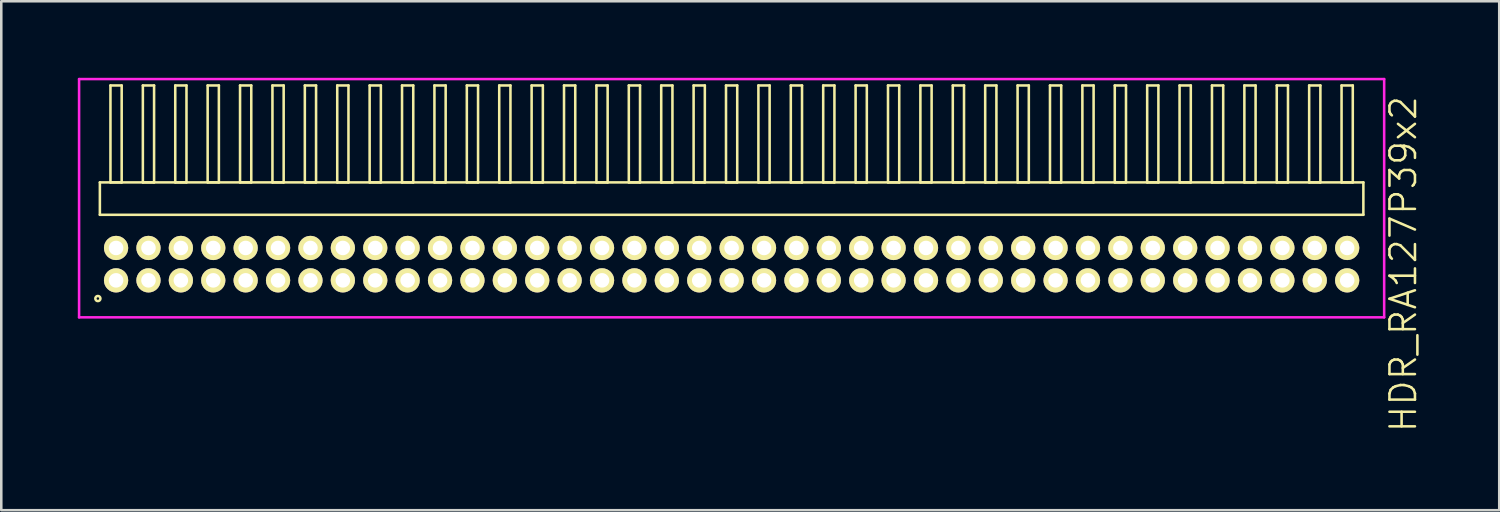
<source format=kicad_pcb>
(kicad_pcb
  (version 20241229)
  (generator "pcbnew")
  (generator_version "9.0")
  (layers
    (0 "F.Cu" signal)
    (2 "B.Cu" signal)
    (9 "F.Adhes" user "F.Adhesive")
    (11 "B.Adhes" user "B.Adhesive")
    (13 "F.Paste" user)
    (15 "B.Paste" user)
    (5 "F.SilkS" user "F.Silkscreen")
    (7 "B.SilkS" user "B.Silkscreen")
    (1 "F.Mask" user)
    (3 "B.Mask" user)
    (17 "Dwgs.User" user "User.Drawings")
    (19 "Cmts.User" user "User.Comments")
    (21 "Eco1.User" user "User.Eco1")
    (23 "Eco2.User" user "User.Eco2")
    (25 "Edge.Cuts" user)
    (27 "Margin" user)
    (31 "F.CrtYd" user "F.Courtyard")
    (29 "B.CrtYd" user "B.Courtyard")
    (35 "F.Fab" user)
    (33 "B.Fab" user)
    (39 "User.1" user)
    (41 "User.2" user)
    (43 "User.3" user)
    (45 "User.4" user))
  (footprint "HDR_RA127P39x2"
    (layer "F.Cu")
    (at 25.63 7.305)
    (property "Reference" "HDR_RA127P39x2" (at 26.33 0 90) (layer "F.SilkS") (effects (font (size 1 1) (thickness 0.1))))
    (attr through_hole)
    (fp_line (start -24.765 -3.205) (end -24.765 -1.935) (stroke (width 0.1) (type solid)) (layer "F.SilkS"))
    (fp_line (start -24.765 -1.935) (end 24.765 -1.935) (stroke (width 0.1) (type solid)) (layer "F.SilkS"))
    (fp_line (start -24.35 -7.005) (end -24.35 -3.205) (stroke (width 0.1) (type solid)) (layer "F.SilkS"))
    (fp_line (start -24.35 -3.205) (end -23.91 -3.205) (stroke (width 0.1) (type solid)) (layer "F.SilkS"))
    (fp_line (start -23.91 -7.005) (end -24.35 -7.005) (stroke (width 0.1) (type solid)) (layer "F.SilkS"))
    (fp_line (start -23.91 -3.205) (end -23.91 -7.005) (stroke (width 0.1) (type solid)) (layer "F.SilkS"))
    (fp_line (start -23.08 -7.005) (end -23.08 -3.205) (stroke (width 0.1) (type solid)) (layer "F.SilkS"))
    (fp_line (start -23.08 -3.205) (end -22.64 -3.205) (stroke (width 0.1) (type solid)) (layer "F.SilkS"))
    (fp_line (start -22.64 -7.005) (end -23.08 -7.005) (stroke (width 0.1) (type solid)) (layer "F.SilkS"))
    (fp_line (start -22.64 -3.205) (end -22.64 -7.005) (stroke (width 0.1) (type solid)) (layer "F.SilkS"))
    (fp_line (start -21.81 -7.005) (end -21.81 -3.205) (stroke (width 0.1) (type solid)) (layer "F.SilkS"))
    (fp_line (start -21.81 -3.205) (end -21.37 -3.205) (stroke (width 0.1) (type solid)) (layer "F.SilkS"))
    (fp_line (start -21.37 -7.005) (end -21.81 -7.005) (stroke (width 0.1) (type solid)) (layer "F.SilkS"))
    (fp_line (start -21.37 -3.205) (end -21.37 -7.005) (stroke (width 0.1) (type solid)) (layer "F.SilkS"))
    (fp_line (start -20.54 -7.005) (end -20.54 -3.205) (stroke (width 0.1) (type solid)) (layer "F.SilkS"))
    (fp_line (start -20.54 -3.205) (end -20.1 -3.205) (stroke (width 0.1) (type solid)) (layer "F.SilkS"))
    (fp_line (start -20.1 -7.005) (end -20.54 -7.005) (stroke (width 0.1) (type solid)) (layer "F.SilkS"))
    (fp_line (start -20.1 -3.205) (end -20.1 -7.005) (stroke (width 0.1) (type solid)) (layer "F.SilkS"))
    (fp_line (start -19.27 -7.005) (end -19.27 -3.205) (stroke (width 0.1) (type solid)) (layer "F.SilkS"))
    (fp_line (start -19.27 -3.205) (end -18.83 -3.205) (stroke (width 0.1) (type solid)) (layer "F.SilkS"))
    (fp_line (start -18.83 -7.005) (end -19.27 -7.005) (stroke (width 0.1) (type solid)) (layer "F.SilkS"))
    (fp_line (start -18.83 -3.205) (end -18.83 -7.005) (stroke (width 0.1) (type solid)) (layer "F.SilkS"))
    (fp_line (start -18 -7.005) (end -18 -3.205) (stroke (width 0.1) (type solid)) (layer "F.SilkS"))
    (fp_line (start -18 -3.205) (end -17.56 -3.205) (stroke (width 0.1) (type solid)) (layer "F.SilkS"))
    (fp_line (start -17.56 -7.005) (end -18 -7.005) (stroke (width 0.1) (type solid)) (layer "F.SilkS"))
    (fp_line (start -17.56 -3.205) (end -17.56 -7.005) (stroke (width 0.1) (type solid)) (layer "F.SilkS"))
    (fp_line (start -16.73 -7.005) (end -16.73 -3.205) (stroke (width 0.1) (type solid)) (layer "F.SilkS"))
    (fp_line (start -16.73 -3.205) (end -16.29 -3.205) (stroke (width 0.1) (type solid)) (layer "F.SilkS"))
    (fp_line (start -16.29 -7.005) (end -16.73 -7.005) (stroke (width 0.1) (type solid)) (layer "F.SilkS"))
    (fp_line (start -16.29 -3.205) (end -16.29 -7.005) (stroke (width 0.1) (type solid)) (layer "F.SilkS"))
    (fp_line (start -15.46 -7.005) (end -15.46 -3.205) (stroke (width 0.1) (type solid)) (layer "F.SilkS"))
    (fp_line (start -15.46 -3.205) (end -15.02 -3.205) (stroke (width 0.1) (type solid)) (layer "F.SilkS"))
    (fp_line (start -15.02 -7.005) (end -15.46 -7.005) (stroke (width 0.1) (type solid)) (layer "F.SilkS"))
    (fp_line (start -15.02 -3.205) (end -15.02 -7.005) (stroke (width 0.1) (type solid)) (layer "F.SilkS"))
    (fp_line (start -14.19 -7.005) (end -14.19 -3.205) (stroke (width 0.1) (type solid)) (layer "F.SilkS"))
    (fp_line (start -14.19 -3.205) (end -13.75 -3.205) (stroke (width 0.1) (type solid)) (layer "F.SilkS"))
    (fp_line (start -13.75 -7.005) (end -14.19 -7.005) (stroke (width 0.1) (type solid)) (layer "F.SilkS"))
    (fp_line (start -13.75 -3.205) (end -13.75 -7.005) (stroke (width 0.1) (type solid)) (layer "F.SilkS"))
    (fp_line (start -12.92 -7.005) (end -12.92 -3.205) (stroke (width 0.1) (type solid)) (layer "F.SilkS"))
    (fp_line (start -12.92 -3.205) (end -12.48 -3.205) (stroke (width 0.1) (type solid)) (layer "F.SilkS"))
    (fp_line (start -12.48 -7.005) (end -12.92 -7.005) (stroke (width 0.1) (type solid)) (layer "F.SilkS"))
    (fp_line (start -12.48 -3.205) (end -12.48 -7.005) (stroke (width 0.1) (type solid)) (layer "F.SilkS"))
    (fp_line (start -11.65 -7.005) (end -11.65 -3.205) (stroke (width 0.1) (type solid)) (layer "F.SilkS"))
    (fp_line (start -11.65 -3.205) (end -11.21 -3.205) (stroke (width 0.1) (type solid)) (layer "F.SilkS"))
    (fp_line (start -11.21 -7.005) (end -11.65 -7.005) (stroke (width 0.1) (type solid)) (layer "F.SilkS"))
    (fp_line (start -11.21 -3.205) (end -11.21 -7.005) (stroke (width 0.1) (type solid)) (layer "F.SilkS"))
    (fp_line (start -10.38 -7.005) (end -10.38 -3.205) (stroke (width 0.1) (type solid)) (layer "F.SilkS"))
    (fp_line (start -10.38 -3.205) (end -9.94 -3.205) (stroke (width 0.1) (type solid)) (layer "F.SilkS"))
    (fp_line (start -9.94 -7.005) (end -10.38 -7.005) (stroke (width 0.1) (type solid)) (layer "F.SilkS"))
    (fp_line (start -9.94 -3.205) (end -9.94 -7.005) (stroke (width 0.1) (type solid)) (layer "F.SilkS"))
    (fp_line (start -9.11 -7.005) (end -9.11 -3.205) (stroke (width 0.1) (type solid)) (layer "F.SilkS"))
    (fp_line (start -9.11 -3.205) (end -8.67 -3.205) (stroke (width 0.1) (type solid)) (layer "F.SilkS"))
    (fp_line (start -8.67 -7.005) (end -9.11 -7.005) (stroke (width 0.1) (type solid)) (layer "F.SilkS"))
    (fp_line (start -8.67 -3.205) (end -8.67 -7.005) (stroke (width 0.1) (type solid)) (layer "F.SilkS"))
    (fp_line (start -7.84 -7.005) (end -7.84 -3.205) (stroke (width 0.1) (type solid)) (layer "F.SilkS"))
    (fp_line (start -7.84 -3.205) (end -7.4 -3.205) (stroke (width 0.1) (type solid)) (layer "F.SilkS"))
    (fp_line (start -7.4 -7.005) (end -7.84 -7.005) (stroke (width 0.1) (type solid)) (layer "F.SilkS"))
    (fp_line (start -7.4 -3.205) (end -7.4 -7.005) (stroke (width 0.1) (type solid)) (layer "F.SilkS"))
    (fp_line (start -6.57 -7.005) (end -6.57 -3.205) (stroke (width 0.1) (type solid)) (layer "F.SilkS"))
    (fp_line (start -6.57 -3.205) (end -6.13 -3.205) (stroke (width 0.1) (type solid)) (layer "F.SilkS"))
    (fp_line (start -6.13 -7.005) (end -6.57 -7.005) (stroke (width 0.1) (type solid)) (layer "F.SilkS"))
    (fp_line (start -6.13 -3.205) (end -6.13 -7.005) (stroke (width 0.1) (type solid)) (layer "F.SilkS"))
    (fp_line (start -5.3 -7.005) (end -5.3 -3.205) (stroke (width 0.1) (type solid)) (layer "F.SilkS"))
    (fp_line (start -5.3 -3.205) (end -4.86 -3.205) (stroke (width 0.1) (type solid)) (layer "F.SilkS"))
    (fp_line (start -4.86 -7.005) (end -5.3 -7.005) (stroke (width 0.1) (type solid)) (layer "F.SilkS"))
    (fp_line (start -4.86 -3.205) (end -4.86 -7.005) (stroke (width 0.1) (type solid)) (layer "F.SilkS"))
    (fp_line (start -4.03 -7.005) (end -4.03 -3.205) (stroke (width 0.1) (type solid)) (layer "F.SilkS"))
    (fp_line (start -4.03 -3.205) (end -3.59 -3.205) (stroke (width 0.1) (type solid)) (layer "F.SilkS"))
    (fp_line (start -3.59 -7.005) (end -4.03 -7.005) (stroke (width 0.1) (type solid)) (layer "F.SilkS"))
    (fp_line (start -3.59 -3.205) (end -3.59 -7.005) (stroke (width 0.1) (type solid)) (layer "F.SilkS"))
    (fp_line (start -2.76 -7.005) (end -2.76 -3.205) (stroke (width 0.1) (type solid)) (layer "F.SilkS"))
    (fp_line (start -2.76 -3.205) (end -2.32 -3.205) (stroke (width 0.1) (type solid)) (layer "F.SilkS"))
    (fp_line (start -2.32 -7.005) (end -2.76 -7.005) (stroke (width 0.1) (type solid)) (layer "F.SilkS"))
    (fp_line (start -2.32 -3.205) (end -2.32 -7.005) (stroke (width 0.1) (type solid)) (layer "F.SilkS"))
    (fp_line (start -1.49 -7.005) (end -1.49 -3.205) (stroke (width 0.1) (type solid)) (layer "F.SilkS"))
    (fp_line (start -1.49 -3.205) (end -1.05 -3.205) (stroke (width 0.1) (type solid)) (layer "F.SilkS"))
    (fp_line (start -1.05 -7.005) (end -1.49 -7.005) (stroke (width 0.1) (type solid)) (layer "F.SilkS"))
    (fp_line (start -1.05 -3.205) (end -1.05 -7.005) (stroke (width 0.1) (type solid)) (layer "F.SilkS"))
    (fp_line (start -0.22 -7.005) (end -0.22 -3.205) (stroke (width 0.1) (type solid)) (layer "F.SilkS"))
    (fp_line (start -0.22 -3.205) (end 0.22 -3.205) (stroke (width 0.1) (type solid)) (layer "F.SilkS"))
    (fp_line (start 0.22 -7.005) (end -0.22 -7.005) (stroke (width 0.1) (type solid)) (layer "F.SilkS"))
    (fp_line (start 0.22 -3.205) (end 0.22 -7.005) (stroke (width 0.1) (type solid)) (layer "F.SilkS"))
    (fp_line (start 1.05 -7.005) (end 1.05 -3.205) (stroke (width 0.1) (type solid)) (layer "F.SilkS"))
    (fp_line (start 1.05 -3.205) (end 1.49 -3.205) (stroke (width 0.1) (type solid)) (layer "F.SilkS"))
    (fp_line (start 1.49 -7.005) (end 1.05 -7.005) (stroke (width 0.1) (type solid)) (layer "F.SilkS"))
    (fp_line (start 1.49 -3.205) (end 1.49 -7.005) (stroke (width 0.1) (type solid)) (layer "F.SilkS"))
    (fp_line (start 2.32 -7.005) (end 2.32 -3.205) (stroke (width 0.1) (type solid)) (layer "F.SilkS"))
    (fp_line (start 2.32 -3.205) (end 2.76 -3.205) (stroke (width 0.1) (type solid)) (layer "F.SilkS"))
    (fp_line (start 2.76 -7.005) (end 2.32 -7.005) (stroke (width 0.1) (type solid)) (layer "F.SilkS"))
    (fp_line (start 2.76 -3.205) (end 2.76 -7.005) (stroke (width 0.1) (type solid)) (layer "F.SilkS"))
    (fp_line (start 3.59 -7.005) (end 3.59 -3.205) (stroke (width 0.1) (type solid)) (layer "F.SilkS"))
    (fp_line (start 3.59 -3.205) (end 4.03 -3.205) (stroke (width 0.1) (type solid)) (layer "F.SilkS"))
    (fp_line (start 4.03 -7.005) (end 3.59 -7.005) (stroke (width 0.1) (type solid)) (layer "F.SilkS"))
    (fp_line (start 4.03 -3.205) (end 4.03 -7.005) (stroke (width 0.1) (type solid)) (layer "F.SilkS"))
    (fp_line (start 4.86 -7.005) (end 4.86 -3.205) (stroke (width 0.1) (type solid)) (layer "F.SilkS"))
    (fp_line (start 4.86 -3.205) (end 5.3 -3.205) (stroke (width 0.1) (type solid)) (layer "F.SilkS"))
    (fp_line (start 5.3 -7.005) (end 4.86 -7.005) (stroke (width 0.1) (type solid)) (layer "F.SilkS"))
    (fp_line (start 5.3 -3.205) (end 5.3 -7.005) (stroke (width 0.1) (type solid)) (layer "F.SilkS"))
    (fp_line (start 6.13 -7.005) (end 6.13 -3.205) (stroke (width 0.1) (type solid)) (layer "F.SilkS"))
    (fp_line (start 6.13 -3.205) (end 6.57 -3.205) (stroke (width 0.1) (type solid)) (layer "F.SilkS"))
    (fp_line (start 6.57 -7.005) (end 6.13 -7.005) (stroke (width 0.1) (type solid)) (layer "F.SilkS"))
    (fp_line (start 6.57 -3.205) (end 6.57 -7.005) (stroke (width 0.1) (type solid)) (layer "F.SilkS"))
    (fp_line (start 7.4 -7.005) (end 7.4 -3.205) (stroke (width 0.1) (type solid)) (layer "F.SilkS"))
    (fp_line (start 7.4 -3.205) (end 7.84 -3.205) (stroke (width 0.1) (type solid)) (layer "F.SilkS"))
    (fp_line (start 7.84 -7.005) (end 7.4 -7.005) (stroke (width 0.1) (type solid)) (layer "F.SilkS"))
    (fp_line (start 7.84 -3.205) (end 7.84 -7.005) (stroke (width 0.1) (type solid)) (layer "F.SilkS"))
    (fp_line (start 8.67 -7.005) (end 8.67 -3.205) (stroke (width 0.1) (type solid)) (layer "F.SilkS"))
    (fp_line (start 8.67 -3.205) (end 9.11 -3.205) (stroke (width 0.1) (type solid)) (layer "F.SilkS"))
    (fp_line (start 9.11 -7.005) (end 8.67 -7.005) (stroke (width 0.1) (type solid)) (layer "F.SilkS"))
    (fp_line (start 9.11 -3.205) (end 9.11 -7.005) (stroke (width 0.1) (type solid)) (layer "F.SilkS"))
    (fp_line (start 9.94 -7.005) (end 9.94 -3.205) (stroke (width 0.1) (type solid)) (layer "F.SilkS"))
    (fp_line (start 9.94 -3.205) (end 10.38 -3.205) (stroke (width 0.1) (type solid)) (layer "F.SilkS"))
    (fp_line (start 10.38 -7.005) (end 9.94 -7.005) (stroke (width 0.1) (type solid)) (layer "F.SilkS"))
    (fp_line (start 10.38 -3.205) (end 10.38 -7.005) (stroke (width 0.1) (type solid)) (layer "F.SilkS"))
    (fp_line (start 11.21 -7.005) (end 11.21 -3.205) (stroke (width 0.1) (type solid)) (layer "F.SilkS"))
    (fp_line (start 11.21 -3.205) (end 11.65 -3.205) (stroke (width 0.1) (type solid)) (layer "F.SilkS"))
    (fp_line (start 11.65 -7.005) (end 11.21 -7.005) (stroke (width 0.1) (type solid)) (layer "F.SilkS"))
    (fp_line (start 11.65 -3.205) (end 11.65 -7.005) (stroke (width 0.1) (type solid)) (layer "F.SilkS"))
    (fp_line (start 12.48 -7.005) (end 12.48 -3.205) (stroke (width 0.1) (type solid)) (layer "F.SilkS"))
    (fp_line (start 12.48 -3.205) (end 12.92 -3.205) (stroke (width 0.1) (type solid)) (layer "F.SilkS"))
    (fp_line (start 12.92 -7.005) (end 12.48 -7.005) (stroke (width 0.1) (type solid)) (layer "F.SilkS"))
    (fp_line (start 12.92 -3.205) (end 12.92 -7.005) (stroke (width 0.1) (type solid)) (layer "F.SilkS"))
    (fp_line (start 13.75 -7.005) (end 13.75 -3.205) (stroke (width 0.1) (type solid)) (layer "F.SilkS"))
    (fp_line (start 13.75 -3.205) (end 14.19 -3.205) (stroke (width 0.1) (type solid)) (layer "F.SilkS"))
    (fp_line (start 14.19 -7.005) (end 13.75 -7.005) (stroke (width 0.1) (type solid)) (layer "F.SilkS"))
    (fp_line (start 14.19 -3.205) (end 14.19 -7.005) (stroke (width 0.1) (type solid)) (layer "F.SilkS"))
    (fp_line (start 15.02 -7.005) (end 15.02 -3.205) (stroke (width 0.1) (type solid)) (layer "F.SilkS"))
    (fp_line (start 15.02 -3.205) (end 15.46 -3.205) (stroke (width 0.1) (type solid)) (layer "F.SilkS"))
    (fp_line (start 15.46 -7.005) (end 15.02 -7.005) (stroke (width 0.1) (type solid)) (layer "F.SilkS"))
    (fp_line (start 15.46 -3.205) (end 15.46 -7.005) (stroke (width 0.1) (type solid)) (layer "F.SilkS"))
    (fp_line (start 16.29 -7.005) (end 16.29 -3.205) (stroke (width 0.1) (type solid)) (layer "F.SilkS"))
    (fp_line (start 16.29 -3.205) (end 16.73 -3.205) (stroke (width 0.1) (type solid)) (layer "F.SilkS"))
    (fp_line (start 16.73 -7.005) (end 16.29 -7.005) (stroke (width 0.1) (type solid)) (layer "F.SilkS"))
    (fp_line (start 16.73 -3.205) (end 16.73 -7.005) (stroke (width 0.1) (type solid)) (layer "F.SilkS"))
    (fp_line (start 17.56 -7.005) (end 17.56 -3.205) (stroke (width 0.1) (type solid)) (layer "F.SilkS"))
    (fp_line (start 17.56 -3.205) (end 18 -3.205) (stroke (width 0.1) (type solid)) (layer "F.SilkS"))
    (fp_line (start 18 -7.005) (end 17.56 -7.005) (stroke (width 0.1) (type solid)) (layer "F.SilkS"))
    (fp_line (start 18 -3.205) (end 18 -7.005) (stroke (width 0.1) (type solid)) (layer "F.SilkS"))
    (fp_line (start 18.83 -7.005) (end 18.83 -3.205) (stroke (width 0.1) (type solid)) (layer "F.SilkS"))
    (fp_line (start 18.83 -3.205) (end 19.27 -3.205) (stroke (width 0.1) (type solid)) (layer "F.SilkS"))
    (fp_line (start 19.27 -7.005) (end 18.83 -7.005) (stroke (width 0.1) (type solid)) (layer "F.SilkS"))
    (fp_line (start 19.27 -3.205) (end 19.27 -7.005) (stroke (width 0.1) (type solid)) (layer "F.SilkS"))
    (fp_line (start 20.1 -7.005) (end 20.1 -3.205) (stroke (width 0.1) (type solid)) (layer "F.SilkS"))
    (fp_line (start 20.1 -3.205) (end 20.54 -3.205) (stroke (width 0.1) (type solid)) (layer "F.SilkS"))
    (fp_line (start 20.54 -7.005) (end 20.1 -7.005) (stroke (width 0.1) (type solid)) (layer "F.SilkS"))
    (fp_line (start 20.54 -3.205) (end 20.54 -7.005) (stroke (width 0.1) (type solid)) (layer "F.SilkS"))
    (fp_line (start 21.37 -7.005) (end 21.37 -3.205) (stroke (width 0.1) (type solid)) (layer "F.SilkS"))
    (fp_line (start 21.37 -3.205) (end 21.81 -3.205) (stroke (width 0.1) (type solid)) (layer "F.SilkS"))
    (fp_line (start 21.81 -7.005) (end 21.37 -7.005) (stroke (width 0.1) (type solid)) (layer "F.SilkS"))
    (fp_line (start 21.81 -3.205) (end 21.81 -7.005) (stroke (width 0.1) (type solid)) (layer "F.SilkS"))
    (fp_line (start 22.64 -7.005) (end 22.64 -3.205) (stroke (width 0.1) (type solid)) (layer "F.SilkS"))
    (fp_line (start 22.64 -3.205) (end 23.08 -3.205) (stroke (width 0.1) (type solid)) (layer "F.SilkS"))
    (fp_line (start 23.08 -7.005) (end 22.64 -7.005) (stroke (width 0.1) (type solid)) (layer "F.SilkS"))
    (fp_line (start 23.08 -3.205) (end 23.08 -7.005) (stroke (width 0.1) (type solid)) (layer "F.SilkS"))
    (fp_line (start 23.91 -7.005) (end 23.91 -3.205) (stroke (width 0.1) (type solid)) (layer "F.SilkS"))
    (fp_line (start 23.91 -3.205) (end 24.35 -3.205) (stroke (width 0.1) (type solid)) (layer "F.SilkS"))
    (fp_line (start 24.35 -7.005) (end 23.91 -7.005) (stroke (width 0.1) (type solid)) (layer "F.SilkS"))
    (fp_line (start 24.35 -3.205) (end 24.35 -7.005) (stroke (width 0.1) (type solid)) (layer "F.SilkS"))
    (fp_line (start 24.765 -3.205) (end -24.765 -3.205) (stroke (width 0.1) (type solid)) (layer "F.SilkS"))
    (fp_line (start 24.765 -1.935) (end 24.765 -3.205) (stroke (width 0.1) (type solid)) (layer "F.SilkS"))
    (fp_circle (center -24.843 1.348) (end -24.743 1.348) (stroke (width 0.1) (type solid)) (fill no) (layer "F.SilkS"))
    (fp_line (start -25.58 -7.255) (end -25.58 2.085) (stroke (width 0.1) (type solid)) (layer "F.CrtYd"))
    (fp_line (start -25.58 2.085) (end 25.58 2.085) (stroke (width 0.1) (type solid)) (layer "F.CrtYd"))
    (fp_line (start 25.58 -7.255) (end -25.58 -7.255) (stroke (width 0.1) (type solid)) (layer "F.CrtYd"))
    (fp_line (start 25.58 2.085) (end 25.58 -7.255) (stroke (width 0.1) (type solid)) (layer "F.CrtYd"))
    (pad "1" thru_hole oval (at -24.13 0.635) (size 0.95 0.95) (drill 0.57) (layers "*.Cu" "*.Mask" "F.SilkS"))
    (pad "2" thru_hole oval (at -24.13 -0.635) (size 0.95 0.95) (drill 0.57) (layers "*.Cu" "*.Mask" "F.SilkS"))
    (pad "3" thru_hole oval (at -22.86 0.635) (size 0.95 0.95) (drill 0.57) (layers "*.Cu" "*.Mask" "F.SilkS"))
    (pad "4" thru_hole oval (at -22.86 -0.635) (size 0.95 0.95) (drill 0.57) (layers "*.Cu" "*.Mask" "F.SilkS"))
    (pad "5" thru_hole oval (at -21.59 0.635) (size 0.95 0.95) (drill 0.57) (layers "*.Cu" "*.Mask" "F.SilkS"))
    (pad "6" thru_hole oval (at -21.59 -0.635) (size 0.95 0.95) (drill 0.57) (layers "*.Cu" "*.Mask" "F.SilkS"))
    (pad "7" thru_hole oval (at -20.32 0.635) (size 0.95 0.95) (drill 0.57) (layers "*.Cu" "*.Mask" "F.SilkS"))
    (pad "8" thru_hole oval (at -20.32 -0.635) (size 0.95 0.95) (drill 0.57) (layers "*.Cu" "*.Mask" "F.SilkS"))
    (pad "9" thru_hole oval (at -19.05 0.635) (size 0.95 0.95) (drill 0.57) (layers "*.Cu" "*.Mask" "F.SilkS"))
    (pad "10" thru_hole oval (at -19.05 -0.635) (size 0.95 0.95) (drill 0.57) (layers "*.Cu" "*.Mask" "F.SilkS"))
    (pad "11" thru_hole oval (at -17.78 0.635) (size 0.95 0.95) (drill 0.57) (layers "*.Cu" "*.Mask" "F.SilkS"))
    (pad "12" thru_hole oval (at -17.78 -0.635) (size 0.95 0.95) (drill 0.57) (layers "*.Cu" "*.Mask" "F.SilkS"))
    (pad "13" thru_hole oval (at -16.51 0.635) (size 0.95 0.95) (drill 0.57) (layers "*.Cu" "*.Mask" "F.SilkS"))
    (pad "14" thru_hole oval (at -16.51 -0.635) (size 0.95 0.95) (drill 0.57) (layers "*.Cu" "*.Mask" "F.SilkS"))
    (pad "15" thru_hole oval (at -15.24 0.635) (size 0.95 0.95) (drill 0.57) (layers "*.Cu" "*.Mask" "F.SilkS"))
    (pad "16" thru_hole oval (at -15.24 -0.635) (size 0.95 0.95) (drill 0.57) (layers "*.Cu" "*.Mask" "F.SilkS"))
    (pad "17" thru_hole oval (at -13.97 0.635) (size 0.95 0.95) (drill 0.57) (layers "*.Cu" "*.Mask" "F.SilkS"))
    (pad "18" thru_hole oval (at -13.97 -0.635) (size 0.95 0.95) (drill 0.57) (layers "*.Cu" "*.Mask" "F.SilkS"))
    (pad "19" thru_hole oval (at -12.7 0.635) (size 0.95 0.95) (drill 0.57) (layers "*.Cu" "*.Mask" "F.SilkS"))
    (pad "20" thru_hole oval (at -12.7 -0.635) (size 0.95 0.95) (drill 0.57) (layers "*.Cu" "*.Mask" "F.SilkS"))
    (pad "21" thru_hole oval (at -11.43 0.635) (size 0.95 0.95) (drill 0.57) (layers "*.Cu" "*.Mask" "F.SilkS"))
    (pad "22" thru_hole oval (at -11.43 -0.635) (size 0.95 0.95) (drill 0.57) (layers "*.Cu" "*.Mask" "F.SilkS"))
    (pad "23" thru_hole oval (at -10.16 0.635) (size 0.95 0.95) (drill 0.57) (layers "*.Cu" "*.Mask" "F.SilkS"))
    (pad "24" thru_hole oval (at -10.16 -0.635) (size 0.95 0.95) (drill 0.57) (layers "*.Cu" "*.Mask" "F.SilkS"))
    (pad "25" thru_hole oval (at -8.89 0.635) (size 0.95 0.95) (drill 0.57) (layers "*.Cu" "*.Mask" "F.SilkS"))
    (pad "26" thru_hole oval (at -8.89 -0.635) (size 0.95 0.95) (drill 0.57) (layers "*.Cu" "*.Mask" "F.SilkS"))
    (pad "27" thru_hole oval (at -7.62 0.635) (size 0.95 0.95) (drill 0.57) (layers "*.Cu" "*.Mask" "F.SilkS"))
    (pad "28" thru_hole oval (at -7.62 -0.635) (size 0.95 0.95) (drill 0.57) (layers "*.Cu" "*.Mask" "F.SilkS"))
    (pad "29" thru_hole oval (at -6.35 0.635) (size 0.95 0.95) (drill 0.57) (layers "*.Cu" "*.Mask" "F.SilkS"))
    (pad "30" thru_hole oval (at -6.35 -0.635) (size 0.95 0.95) (drill 0.57) (layers "*.Cu" "*.Mask" "F.SilkS"))
    (pad "31" thru_hole oval (at -5.08 0.635) (size 0.95 0.95) (drill 0.57) (layers "*.Cu" "*.Mask" "F.SilkS"))
    (pad "32" thru_hole oval (at -5.08 -0.635) (size 0.95 0.95) (drill 0.57) (layers "*.Cu" "*.Mask" "F.SilkS"))
    (pad "33" thru_hole oval (at -3.81 0.635) (size 0.95 0.95) (drill 0.57) (layers "*.Cu" "*.Mask" "F.SilkS"))
    (pad "34" thru_hole oval (at -3.81 -0.635) (size 0.95 0.95) (drill 0.57) (layers "*.Cu" "*.Mask" "F.SilkS"))
    (pad "35" thru_hole oval (at -2.54 0.635) (size 0.95 0.95) (drill 0.57) (layers "*.Cu" "*.Mask" "F.SilkS"))
    (pad "36" thru_hole oval (at -2.54 -0.635) (size 0.95 0.95) (drill 0.57) (layers "*.Cu" "*.Mask" "F.SilkS"))
    (pad "37" thru_hole oval (at -1.27 0.635) (size 0.95 0.95) (drill 0.57) (layers "*.Cu" "*.Mask" "F.SilkS"))
    (pad "38" thru_hole oval (at -1.27 -0.635) (size 0.95 0.95) (drill 0.57) (layers "*.Cu" "*.Mask" "F.SilkS"))
    (pad "39" thru_hole oval (at 0 0.635) (size 0.95 0.95) (drill 0.57) (layers "*.Cu" "*.Mask" "F.SilkS"))
    (pad "40" thru_hole oval (at 0 -0.635) (size 0.95 0.95) (drill 0.57) (layers "*.Cu" "*.Mask" "F.SilkS"))
    (pad "41" thru_hole oval (at 1.27 0.635) (size 0.95 0.95) (drill 0.57) (layers "*.Cu" "*.Mask" "F.SilkS"))
    (pad "42" thru_hole oval (at 1.27 -0.635) (size 0.95 0.95) (drill 0.57) (layers "*.Cu" "*.Mask" "F.SilkS"))
    (pad "43" thru_hole oval (at 2.54 0.635) (size 0.95 0.95) (drill 0.57) (layers "*.Cu" "*.Mask" "F.SilkS"))
    (pad "44" thru_hole oval (at 2.54 -0.635) (size 0.95 0.95) (drill 0.57) (layers "*.Cu" "*.Mask" "F.SilkS"))
    (pad "45" thru_hole oval (at 3.81 0.635) (size 0.95 0.95) (drill 0.57) (layers "*.Cu" "*.Mask" "F.SilkS"))
    (pad "46" thru_hole oval (at 3.81 -0.635) (size 0.95 0.95) (drill 0.57) (layers "*.Cu" "*.Mask" "F.SilkS"))
    (pad "47" thru_hole oval (at 5.08 0.635) (size 0.95 0.95) (drill 0.57) (layers "*.Cu" "*.Mask" "F.SilkS"))
    (pad "48" thru_hole oval (at 5.08 -0.635) (size 0.95 0.95) (drill 0.57) (layers "*.Cu" "*.Mask" "F.SilkS"))
    (pad "49" thru_hole oval (at 6.35 0.635) (size 0.95 0.95) (drill 0.57) (layers "*.Cu" "*.Mask" "F.SilkS"))
    (pad "50" thru_hole oval (at 6.35 -0.635) (size 0.95 0.95) (drill 0.57) (layers "*.Cu" "*.Mask" "F.SilkS"))
    (pad "51" thru_hole oval (at 7.62 0.635) (size 0.95 0.95) (drill 0.57) (layers "*.Cu" "*.Mask" "F.SilkS"))
    (pad "52" thru_hole oval (at 7.62 -0.635) (size 0.95 0.95) (drill 0.57) (layers "*.Cu" "*.Mask" "F.SilkS"))
    (pad "53" thru_hole oval (at 8.89 0.635) (size 0.95 0.95) (drill 0.57) (layers "*.Cu" "*.Mask" "F.SilkS"))
    (pad "54" thru_hole oval (at 8.89 -0.635) (size 0.95 0.95) (drill 0.57) (layers "*.Cu" "*.Mask" "F.SilkS"))
    (pad "55" thru_hole oval (at 10.16 0.635) (size 0.95 0.95) (drill 0.57) (layers "*.Cu" "*.Mask" "F.SilkS"))
    (pad "56" thru_hole oval (at 10.16 -0.635) (size 0.95 0.95) (drill 0.57) (layers "*.Cu" "*.Mask" "F.SilkS"))
    (pad "57" thru_hole oval (at 11.43 0.635) (size 0.95 0.95) (drill 0.57) (layers "*.Cu" "*.Mask" "F.SilkS"))
    (pad "58" thru_hole oval (at 11.43 -0.635) (size 0.95 0.95) (drill 0.57) (layers "*.Cu" "*.Mask" "F.SilkS"))
    (pad "59" thru_hole oval (at 12.7 0.635) (size 0.95 0.95) (drill 0.57) (layers "*.Cu" "*.Mask" "F.SilkS"))
    (pad "60" thru_hole oval (at 12.7 -0.635) (size 0.95 0.95) (drill 0.57) (layers "*.Cu" "*.Mask" "F.SilkS"))
    (pad "61" thru_hole oval (at 13.97 0.635) (size 0.95 0.95) (drill 0.57) (layers "*.Cu" "*.Mask" "F.SilkS"))
    (pad "62" thru_hole oval (at 13.97 -0.635) (size 0.95 0.95) (drill 0.57) (layers "*.Cu" "*.Mask" "F.SilkS"))
    (pad "63" thru_hole oval (at 15.24 0.635) (size 0.95 0.95) (drill 0.57) (layers "*.Cu" "*.Mask" "F.SilkS"))
    (pad "64" thru_hole oval (at 15.24 -0.635) (size 0.95 0.95) (drill 0.57) (layers "*.Cu" "*.Mask" "F.SilkS"))
    (pad "65" thru_hole oval (at 16.51 0.635) (size 0.95 0.95) (drill 0.57) (layers "*.Cu" "*.Mask" "F.SilkS"))
    (pad "66" thru_hole oval (at 16.51 -0.635) (size 0.95 0.95) (drill 0.57) (layers "*.Cu" "*.Mask" "F.SilkS"))
    (pad "67" thru_hole oval (at 17.78 0.635) (size 0.95 0.95) (drill 0.57) (layers "*.Cu" "*.Mask" "F.SilkS"))
    (pad "68" thru_hole oval (at 17.78 -0.635) (size 0.95 0.95) (drill 0.57) (layers "*.Cu" "*.Mask" "F.SilkS"))
    (pad "69" thru_hole oval (at 19.05 0.635) (size 0.95 0.95) (drill 0.57) (layers "*.Cu" "*.Mask" "F.SilkS"))
    (pad "70" thru_hole oval (at 19.05 -0.635) (size 0.95 0.95) (drill 0.57) (layers "*.Cu" "*.Mask" "F.SilkS"))
    (pad "71" thru_hole oval (at 20.32 0.635) (size 0.95 0.95) (drill 0.57) (layers "*.Cu" "*.Mask" "F.SilkS"))
    (pad "72" thru_hole oval (at 20.32 -0.635) (size 0.95 0.95) (drill 0.57) (layers "*.Cu" "*.Mask" "F.SilkS"))
    (pad "73" thru_hole oval (at 21.59 0.635) (size 0.95 0.95) (drill 0.57) (layers "*.Cu" "*.Mask" "F.SilkS"))
    (pad "74" thru_hole oval (at 21.59 -0.635) (size 0.95 0.95) (drill 0.57) (layers "*.Cu" "*.Mask" "F.SilkS"))
    (pad "75" thru_hole oval (at 22.86 0.635) (size 0.95 0.95) (drill 0.57) (layers "*.Cu" "*.Mask" "F.SilkS"))
    (pad "76" thru_hole oval (at 22.86 -0.635) (size 0.95 0.95) (drill 0.57) (layers "*.Cu" "*.Mask" "F.SilkS"))
    (pad "77" thru_hole oval (at 24.13 0.635) (size 0.95 0.95) (drill 0.57) (layers "*.Cu" "*.Mask" "F.SilkS"))
    (pad "78" thru_hole oval (at 24.13 -0.635) (size 0.95 0.95) (drill 0.57) (layers "*.Cu" "*.Mask" "F.SilkS")))
  (gr_rect
    (start -3 -3)
    (end 55.721 16.95)
    (stroke (width 0.1) (type default))
    (fill no)
    (layer "Edge.Cuts")))
</source>
